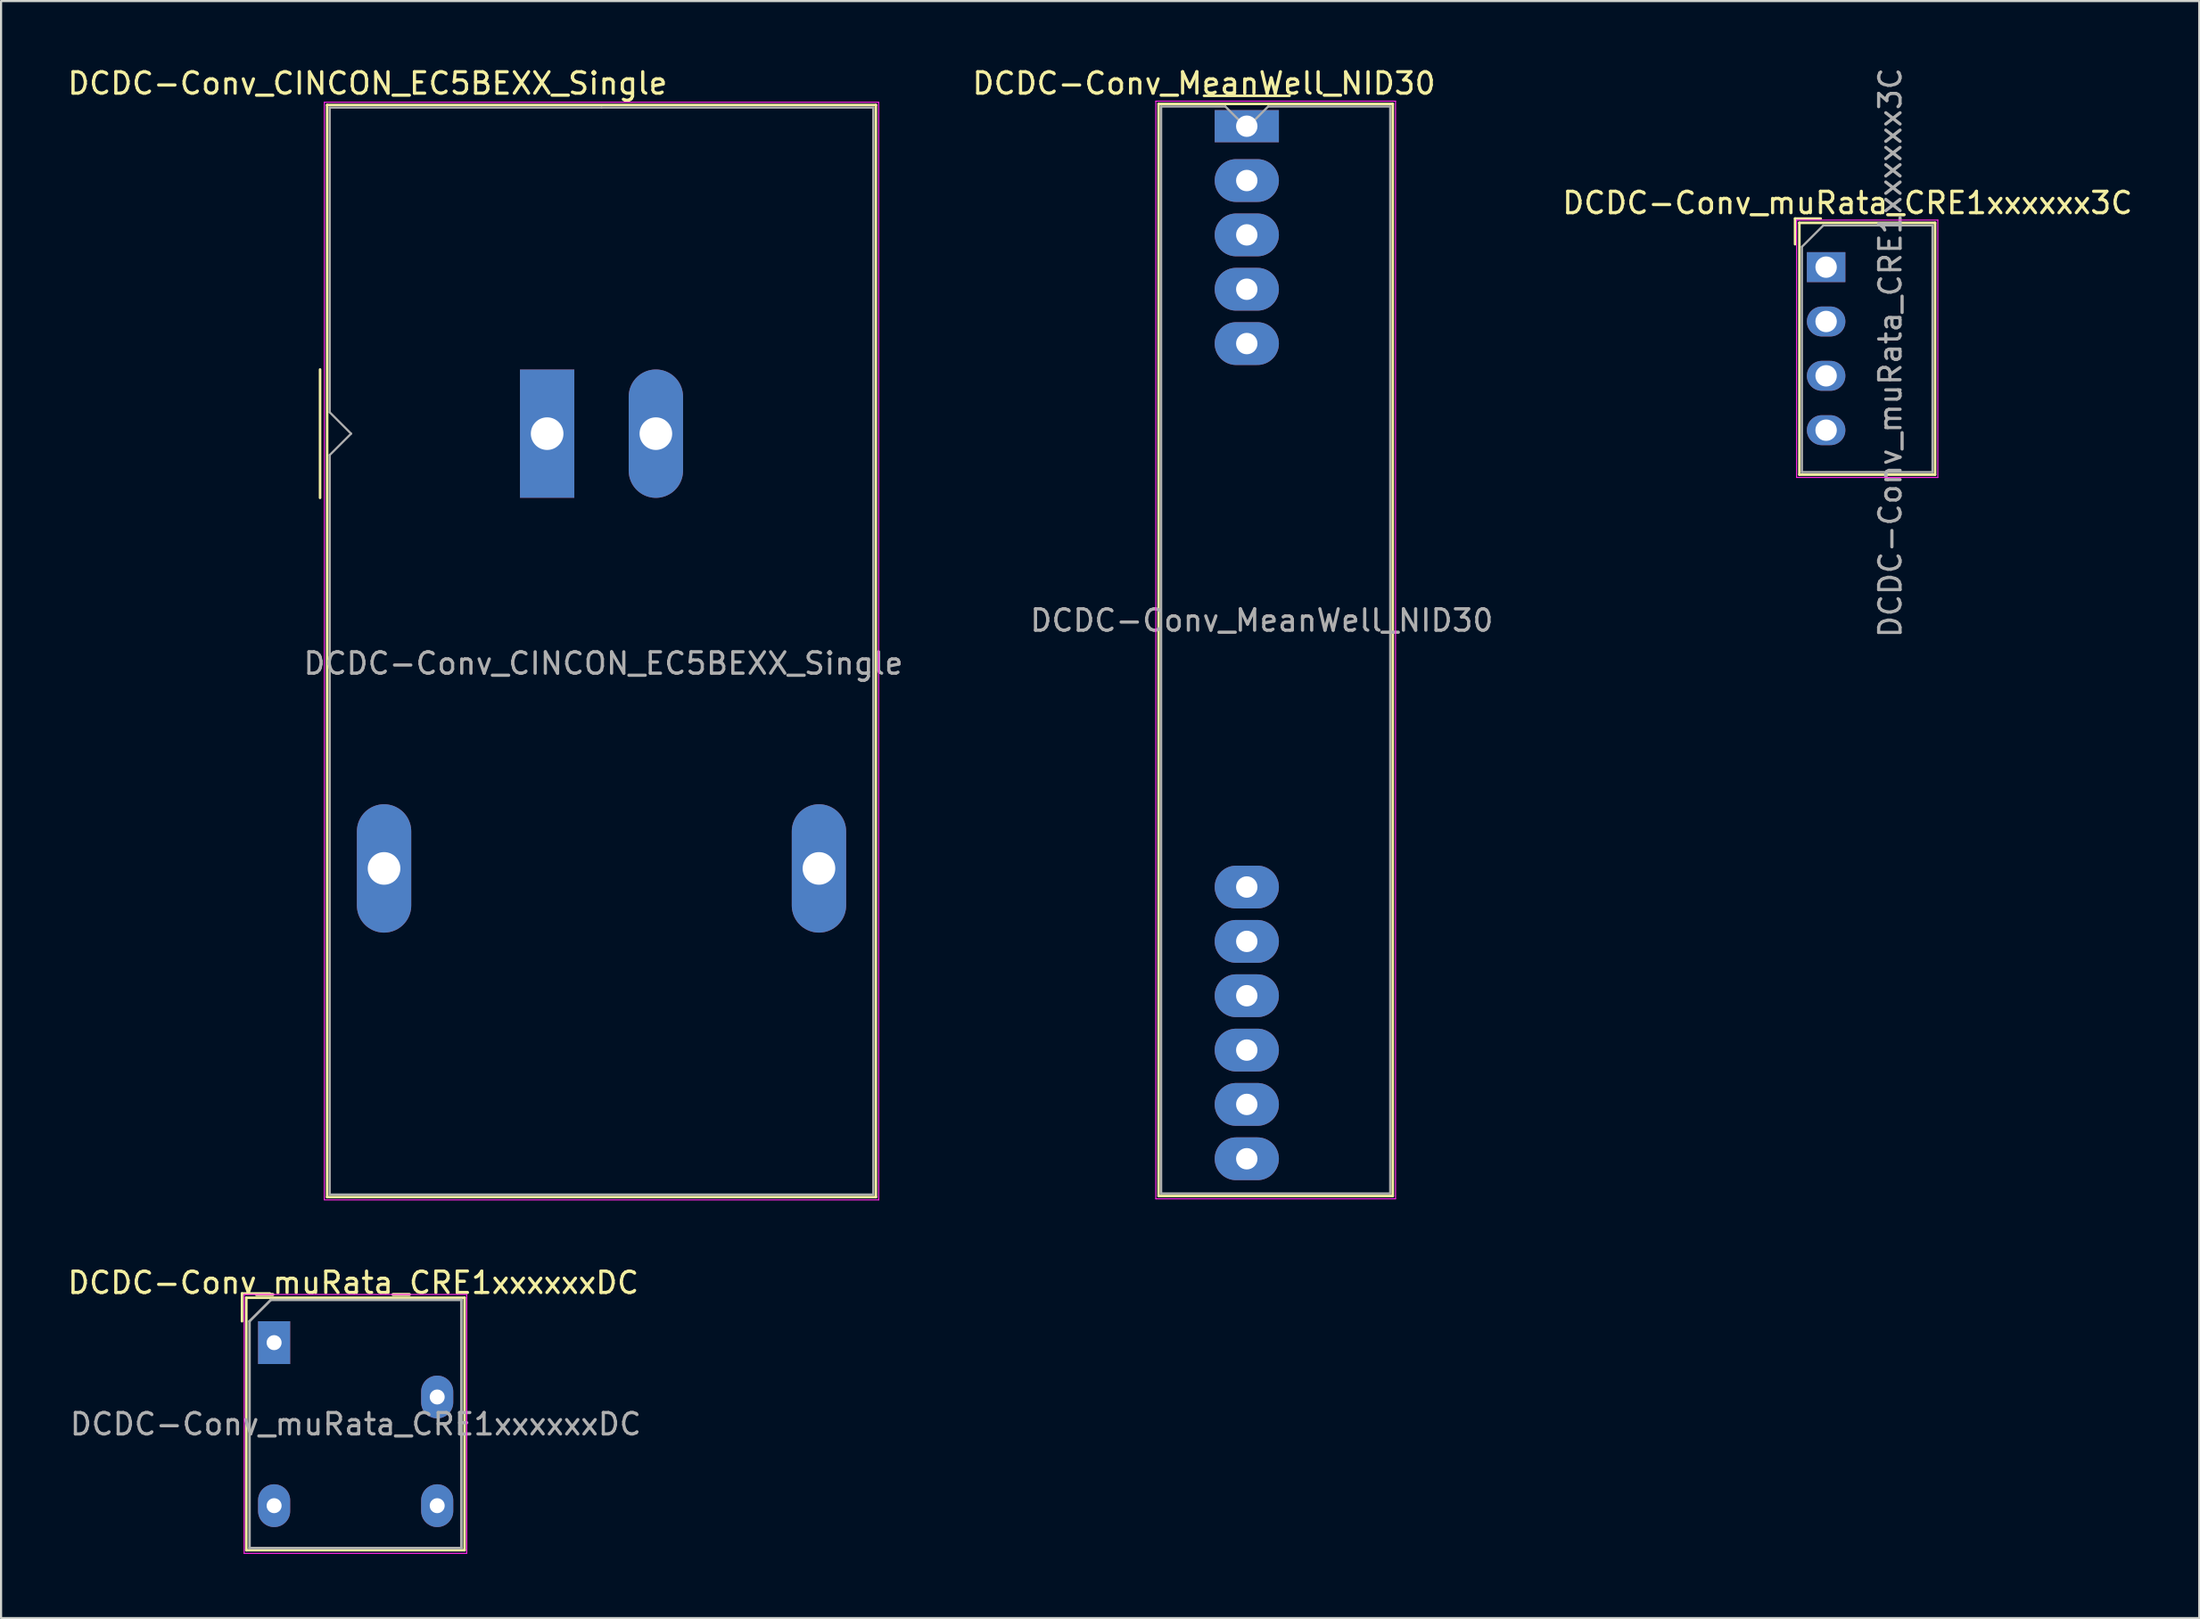
<source format=kicad_pcb>
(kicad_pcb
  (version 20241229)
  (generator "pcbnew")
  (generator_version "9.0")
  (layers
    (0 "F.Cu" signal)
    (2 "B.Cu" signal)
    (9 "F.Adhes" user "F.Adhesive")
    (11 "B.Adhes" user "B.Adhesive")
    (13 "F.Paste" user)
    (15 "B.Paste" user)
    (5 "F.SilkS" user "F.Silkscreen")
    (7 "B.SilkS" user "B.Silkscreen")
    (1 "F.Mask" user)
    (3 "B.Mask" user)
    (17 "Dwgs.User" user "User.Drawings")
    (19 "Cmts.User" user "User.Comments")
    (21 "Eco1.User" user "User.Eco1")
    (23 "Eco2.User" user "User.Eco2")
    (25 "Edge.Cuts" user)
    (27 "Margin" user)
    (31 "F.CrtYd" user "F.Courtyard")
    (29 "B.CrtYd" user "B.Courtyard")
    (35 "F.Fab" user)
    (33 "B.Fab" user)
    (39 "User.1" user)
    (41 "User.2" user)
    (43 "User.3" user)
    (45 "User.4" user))
  (footprint "DCDC-Conv_muRata_CRE1xxxxxx3C"
    (layer "F.Cu")
    (at 82.274 9.435)
    (property "Reference" "DCDC-Conv_muRata_CRE1xxxxxx3C" (at 1 -3 0) (layer "F.SilkS") (effects (font (size 1 1) (thickness 0.15))))
    (attr through_hole)
    (fp_line (start -1.45 -2.27) (end -1.45 -1.07) (stroke (width 0.12) (type solid)) (layer "F.SilkS"))
    (fp_line (start -1.25 -2.07) (end -1.25 9.7) (stroke (width 0.12) (type solid)) (layer "F.SilkS"))
    (fp_line (start -0.25 -2.27) (end -1.45 -2.27) (stroke (width 0.12) (type solid)) (layer "F.SilkS"))
    (fp_line (start 5.09 -2.07) (end -1.25 -2.07) (stroke (width 0.12) (type solid)) (layer "F.SilkS"))
    (fp_line (start 5.09 -2.07) (end 5.09 9.7) (stroke (width 0.12) (type solid)) (layer "F.SilkS"))
    (fp_line (start 5.09 9.7) (end -1.25 9.7) (stroke (width 0.12) (type solid)) (layer "F.SilkS"))
    (fp_line (start -1.38 -2.2) (end -1.38 9.83) (stroke (width 0.05) (type solid)) (layer "F.CrtYd"))
    (fp_line (start 5.22 -2.2) (end -1.38 -2.2) (stroke (width 0.05) (type solid)) (layer "F.CrtYd"))
    (fp_line (start 5.22 -2.2) (end 5.22 9.83) (stroke (width 0.05) (type solid)) (layer "F.CrtYd"))
    (fp_line (start 5.22 9.83) (end -1.38 9.83) (stroke (width 0.05) (type solid)) (layer "F.CrtYd"))
    (fp_line (start -1.13 -0.95) (end -1.13 9.58) (stroke (width 0.1) (type solid)) (layer "F.Fab"))
    (fp_line (start -1.13 9.58) (end 4.97 9.58) (stroke (width 0.1) (type solid)) (layer "F.Fab"))
    (fp_line (start -0.13 -1.95) (end -1.13 -0.95) (stroke (width 0.1) (type solid)) (layer "F.Fab"))
    (fp_line (start -0.13 -1.95) (end 4.97 -1.95) (stroke (width 0.1) (type solid)) (layer "F.Fab"))
    (fp_line (start 4.97 -1.95) (end 4.97 9.58) (stroke (width 0.1) (type solid)) (layer "F.Fab"))
    (fp_text user "${REFERENCE}" (at 3 4 90) (layer "F.Fab") (effects (font (size 1 1) (thickness 0.15))))
    (pad "1" thru_hole rect (at 0 0 270) (size 1.4 1.8) (drill 1) (layers "*.Cu" "*.Mask"))
    (pad "2" thru_hole oval (at 0 2.54 270) (size 1.4 1.8) (drill 1) (layers "*.Cu" "*.Mask"))
    (pad "3" thru_hole oval (at 0 5.08 270) (size 1.4 1.8) (drill 1) (layers "*.Cu" "*.Mask"))
    (pad "4" thru_hole oval (at 0 7.62 270) (size 1.4 1.8) (drill 1) (layers "*.Cu" "*.Mask")))
  (footprint "DCDC-Conv_CINCON_EC5BEXX_Single"
    (layer "F.Cu")
    (at 22.515 17.218)
    (property "Reference" "DCDC-Conv_CINCON_EC5BEXX_Single" (at -8.39 -16.37 180) (layer "F.SilkS") (effects (font (size 1 1) (thickness 0.15))))
    (attr through_hole)
    (fp_line (start -10.61 -3) (end -10.61 3) (stroke (width 0.12) (type solid)) (layer "F.SilkS"))
    (fp_line (start -10.28 -15.36) (end 15.36 -15.36) (stroke (width 0.12) (type solid)) (layer "F.SilkS"))
    (fp_line (start -10.28 35.68) (end -10.28 -15.36) (stroke (width 0.12) (type solid)) (layer "F.SilkS"))
    (fp_line (start 15.36 -15.36) (end 15.36 35.68) (stroke (width 0.12) (type solid)) (layer "F.SilkS"))
    (fp_line (start 15.36 35.68) (end -10.28 35.68) (stroke (width 0.12) (type solid)) (layer "F.SilkS"))
    (fp_line (start -10.41 -15.49) (end 15.49 -15.49) (stroke (width 0.05) (type solid)) (layer "F.CrtYd"))
    (fp_line (start -10.41 35.8) (end -10.41 -15.49) (stroke (width 0.05) (type solid)) (layer "F.CrtYd"))
    (fp_line (start -10.41 35.81) (end 15.49 35.81) (stroke (width 0.05) (type solid)) (layer "F.CrtYd"))
    (fp_line (start 15.49 35.81) (end 15.49 -15.49) (stroke (width 0.05) (type solid)) (layer "F.CrtYd"))
    (fp_line (start -10.16 -1) (end -10.16 -15.24) (stroke (width 0.1) (type solid)) (layer "F.Fab"))
    (fp_line (start -10.16 1) (end -10.16 35.56) (stroke (width 0.1) (type solid)) (layer "F.Fab"))
    (fp_line (start -10.16 1) (end -9.16 0) (stroke (width 0.1) (type solid)) (layer "F.Fab"))
    (fp_line (start -10.16 35.56) (end 15.24 35.56) (stroke (width 0.1) (type solid)) (layer "F.Fab"))
    (fp_line (start -9.16 0) (end -10.16 -1) (stroke (width 0.1) (type solid)) (layer "F.Fab"))
    (fp_line (start 2.54 -15.24) (end -10.16 -15.24) (stroke (width 0.1) (type solid)) (layer "F.Fab"))
    (fp_line (start 15.24 -15.24) (end 2.54 -15.24) (stroke (width 0.1) (type solid)) (layer "F.Fab"))
    (fp_line (start 15.24 35.56) (end 15.24 -15.24) (stroke (width 0.1) (type solid)) (layer "F.Fab"))
    (fp_text user "${REFERENCE}" (at 2.63 10.74 0) (layer "F.Fab") (effects (font (size 1 1) (thickness 0.15))))
    (pad "1" thru_hole rect (at 0 0 90) (size 5.994 2.54) (drill 1.524) (layers "*.Cu" "*.Mask"))
    (pad "2" thru_hole oval (at 5.08 0 90) (size 6 2.54) (drill 1.524) (layers "*.Cu" "*.Mask"))
    (pad "3" thru_hole oval (at -7.62 20.32 90) (size 6 2.54) (drill 1.524) (layers "*.Cu" "*.Mask"))
    (pad "5" thru_hole oval (at 12.7 20.32 90) (size 6 2.54) (drill 1.524) (layers "*.Cu" "*.Mask")))
  (footprint "DCDC-Conv_MeanWell_NID30"
    (layer "F.Cu")
    (at 55.205 2.848)
    (property "Reference" "DCDC-Conv_MeanWell_NID30" (at -2 -2 0) (layer "F.SilkS") (effects (font (size 1 1) (thickness 0.15))))
    (attr through_hole)
    (fp_line (start -4.12 -1.04) (end 6.82 -1.04) (stroke (width 0.12) (type solid)) (layer "F.SilkS"))
    (fp_line (start -4.12 50) (end -4.12 -1.04) (stroke (width 0.12) (type solid)) (layer "F.SilkS"))
    (fp_line (start -2 -1.42) (end 2 -1.42) (stroke (width 0.12) (type solid)) (layer "F.SilkS"))
    (fp_line (start 6.82 -1.04) (end 6.82 50) (stroke (width 0.12) (type solid)) (layer "F.SilkS"))
    (fp_line (start 6.82 50) (end -4.12 50) (stroke (width 0.12) (type solid)) (layer "F.SilkS"))
    (fp_line (start -4.25 -1.17) (end 6.95 -1.17) (stroke (width 0.05) (type solid)) (layer "F.CrtYd"))
    (fp_line (start -4.25 50.13) (end -4.25 -1.17) (stroke (width 0.05) (type solid)) (layer "F.CrtYd"))
    (fp_line (start 6.95 -1.17) (end 6.95 50.13) (stroke (width 0.05) (type solid)) (layer "F.CrtYd"))
    (fp_line (start 6.95 50.13) (end -4.25 50.13) (stroke (width 0.05) (type solid)) (layer "F.CrtYd"))
    (fp_line (start -4 -0.92) (end -1 -0.92) (stroke (width 0.1) (type solid)) (layer "F.Fab"))
    (fp_line (start -4 49.88) (end -4 -0.92) (stroke (width 0.1) (type solid)) (layer "F.Fab"))
    (fp_line (start -1 -0.92) (end 0 0.08) (stroke (width 0.1) (type solid)) (layer "F.Fab"))
    (fp_line (start 0 0.08) (end 1 -0.92) (stroke (width 0.1) (type solid)) (layer "F.Fab"))
    (fp_line (start 1 -0.92) (end 6.7 -0.92) (stroke (width 0.1) (type solid)) (layer "F.Fab"))
    (fp_line (start 6.7 -0.92) (end 6.7 49.88) (stroke (width 0.1) (type solid)) (layer "F.Fab"))
    (fp_line (start 6.7 49.88) (end -4 49.88) (stroke (width 0.1) (type solid)) (layer "F.Fab"))
    (fp_text user "${REFERENCE}" (at 0.7 23.1 0) (layer "F.Fab") (effects (font (size 1 1) (thickness 0.15))))
    (pad "1" thru_hole rect (at 0 0) (size 3 1.5) (drill 1) (layers "*.Cu" "*.Mask"))
    (pad "2" thru_hole oval (at 0 2.54) (size 3 2) (drill 1) (layers "*.Cu" "*.Mask"))
    (pad "3" thru_hole oval (at 0 5.08) (size 3 2) (drill 1) (layers "*.Cu" "*.Mask"))
    (pad "4" thru_hole oval (at 0 7.62) (size 3 2) (drill 1) (layers "*.Cu" "*.Mask"))
    (pad "5" thru_hole oval (at 0 10.16) (size 3 2) (drill 1) (layers "*.Cu" "*.Mask"))
    (pad "6" thru_hole oval (at 0 35.56) (size 3 2) (drill 1) (layers "*.Cu" "*.Mask"))
    (pad "7" thru_hole oval (at 0 38.1) (size 3 2) (drill 1) (layers "*.Cu" "*.Mask"))
    (pad "8" thru_hole oval (at 0 40.64) (size 3 2) (drill 1) (layers "*.Cu" "*.Mask"))
    (pad "9" thru_hole oval (at 0 43.18) (size 3 2) (drill 1) (layers "*.Cu" "*.Mask"))
    (pad "10" thru_hole oval (at 0 45.72) (size 3 2) (drill 1) (layers "*.Cu" "*.Mask"))
    (pad "11" thru_hole oval (at 0 48.26) (size 3 2) (drill 1) (layers "*.Cu" "*.Mask")))
  (footprint "DCDC-Conv_muRata_CRE1xxxxxxDC"
    (layer "F.Cu")
    (at 9.758 59.702)
    (property "Reference" "DCDC-Conv_muRata_CRE1xxxxxxDC" (at 3.7 -2.8 0) (layer "F.SilkS") (effects (font (size 1 1) (thickness 0.15))))
    (attr through_hole)
    (fp_line (start -1.5 -1) (end -1.5 -2.3) (stroke (width 0.12) (type solid)) (layer "F.SilkS"))
    (fp_line (start -1.3 -2.1) (end 8.9 -2.1) (stroke (width 0.12) (type solid)) (layer "F.SilkS"))
    (fp_line (start -1.3 9.7) (end -1.3 -2.1) (stroke (width 0.12) (type solid)) (layer "F.SilkS"))
    (fp_line (start -0.2 -2.3) (end -1.5 -2.3) (stroke (width 0.12) (type solid)) (layer "F.SilkS"))
    (fp_line (start 8.9 -2.1) (end 8.9 9.7) (stroke (width 0.12) (type solid)) (layer "F.SilkS"))
    (fp_line (start 8.9 9.7) (end -1.3 9.7) (stroke (width 0.12) (type solid)) (layer "F.SilkS"))
    (fp_line (start -1.4 -2.25) (end -1.4 9.85) (stroke (width 0.05) (type solid)) (layer "F.CrtYd"))
    (fp_line (start -1.4 -2.25) (end 9 -2.25) (stroke (width 0.05) (type solid)) (layer "F.CrtYd"))
    (fp_line (start 9 9.85) (end -1.4 9.85) (stroke (width 0.05) (type solid)) (layer "F.CrtYd"))
    (fp_line (start 9 9.85) (end 9 -2.25) (stroke (width 0.05) (type solid)) (layer "F.CrtYd"))
    (fp_line (start -1.15 -1) (end -0.15 -2) (stroke (width 0.12) (type solid)) (layer "F.Fab"))
    (fp_line (start -1.15 9.6) (end -1.15 -1) (stroke (width 0.12) (type solid)) (layer "F.Fab"))
    (fp_line (start -0.15 -2) (end 8.75 -2) (stroke (width 0.12) (type solid)) (layer "F.Fab"))
    (fp_line (start 8.75 -2) (end 8.75 9.6) (stroke (width 0.12) (type solid)) (layer "F.Fab"))
    (fp_line (start 8.75 9.6) (end -1.15 9.6) (stroke (width 0.12) (type solid)) (layer "F.Fab"))
    (fp_text user "${REFERENCE}" (at 3.81 3.81 0) (layer "F.Fab") (effects (font (size 1 1) (thickness 0.15))))
    (pad "1" thru_hole rect (at 0 0) (size 1.5 2) (drill 0.7) (layers "*.Cu" "*.Mask"))
    (pad "4" thru_hole oval (at 0 7.62) (size 1.5 2) (drill 0.7) (layers "*.Cu" "*.Mask"))
    (pad "5" thru_hole oval (at 7.62 7.62) (size 1.5 2) (drill 0.7) (layers "*.Cu" "*.Mask"))
    (pad "7" thru_hole oval (at 7.62 2.54) (size 1.5 2) (drill 0.7) (layers "*.Cu" "*.Mask")))
  (gr_rect
    (start -3 -3)
    (end 99.708 72.576)
    (stroke (width 0.1) (type default))
    (fill no)
    (layer "Edge.Cuts")))
</source>
